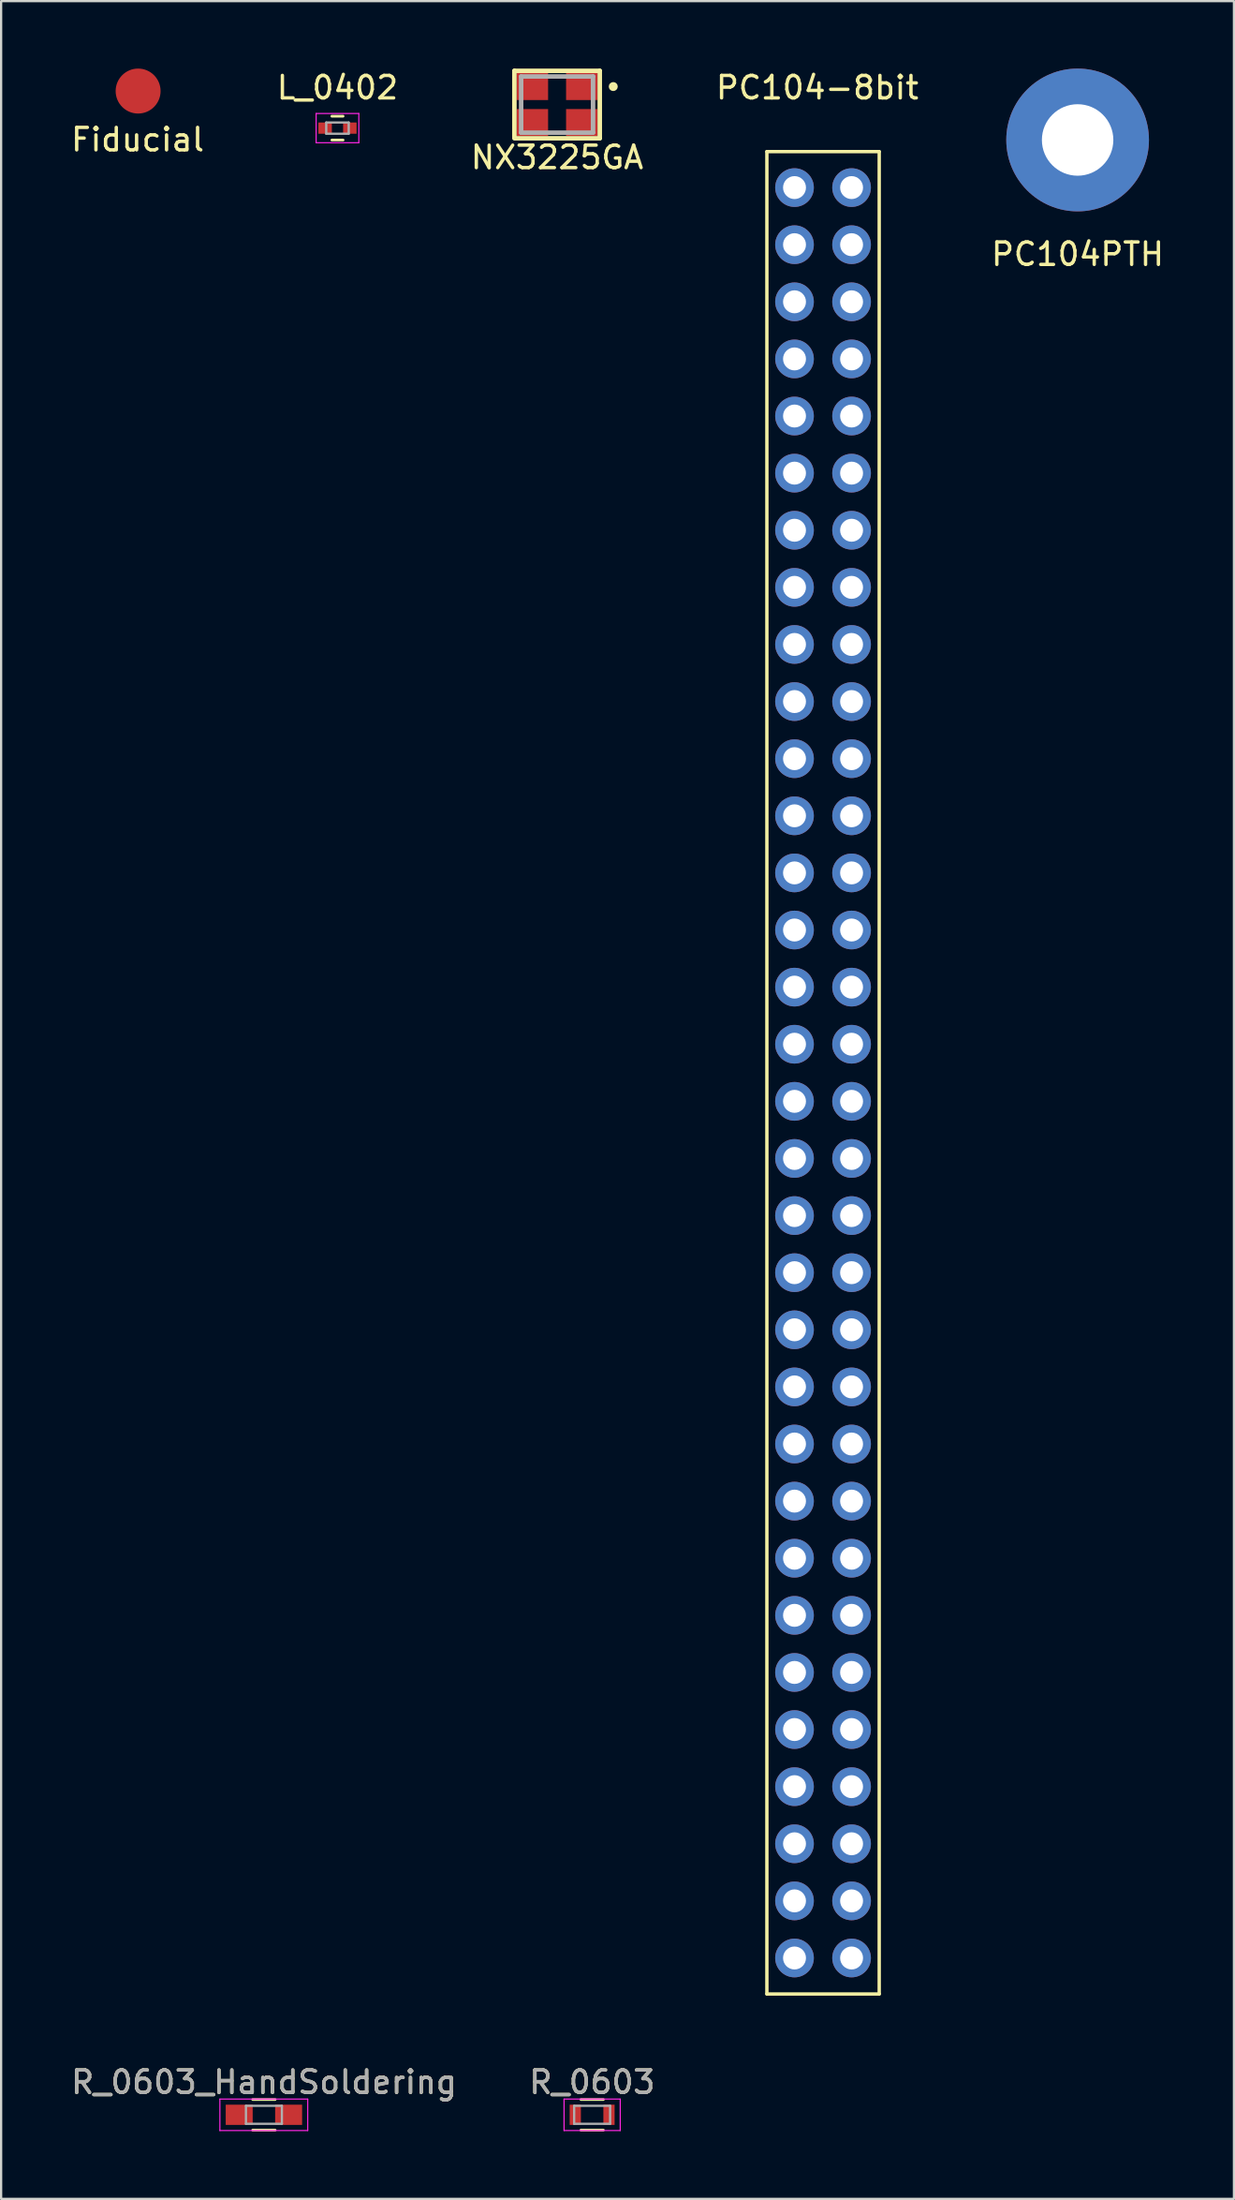
<source format=kicad_pcb>
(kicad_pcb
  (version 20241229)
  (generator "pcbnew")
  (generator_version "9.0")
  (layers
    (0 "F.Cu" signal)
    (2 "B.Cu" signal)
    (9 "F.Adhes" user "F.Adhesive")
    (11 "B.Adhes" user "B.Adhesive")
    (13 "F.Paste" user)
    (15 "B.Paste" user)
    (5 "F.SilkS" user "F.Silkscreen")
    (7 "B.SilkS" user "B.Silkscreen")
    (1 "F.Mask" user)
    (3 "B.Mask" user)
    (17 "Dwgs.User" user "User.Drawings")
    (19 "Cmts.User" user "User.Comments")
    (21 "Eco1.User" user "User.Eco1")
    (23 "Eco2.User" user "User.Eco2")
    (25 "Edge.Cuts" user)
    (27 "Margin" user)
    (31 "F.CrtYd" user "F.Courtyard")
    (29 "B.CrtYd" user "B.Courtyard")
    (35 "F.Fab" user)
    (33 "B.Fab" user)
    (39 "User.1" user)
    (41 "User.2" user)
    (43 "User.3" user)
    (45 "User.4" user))
  (footprint "R_0603_HandSoldering"
    (layer "F.Cu")
    (at 8.696 91.007)
    (property "Reference" "R_0603_HandSoldering" (at 0 -1.45 0) (layer "F.SilkS") (effects (font (size 1 1) (thickness 0.15))))
    (attr smd)
    (fp_line (start -0.5 -0.68) (end 0.5 -0.68) (stroke (width 0.12) (type solid)) (layer "F.SilkS"))
    (fp_line (start 0.5 0.68) (end -0.5 0.68) (stroke (width 0.12) (type solid)) (layer "F.SilkS"))
    (fp_line (start -1.96 -0.7) (end -1.96 0.7) (stroke (width 0.05) (type solid)) (layer "F.CrtYd"))
    (fp_line (start -1.96 -0.7) (end 1.95 -0.7) (stroke (width 0.05) (type solid)) (layer "F.CrtYd"))
    (fp_line (start 1.95 0.7) (end -1.96 0.7) (stroke (width 0.05) (type solid)) (layer "F.CrtYd"))
    (fp_line (start 1.95 0.7) (end 1.95 -0.7) (stroke (width 0.05) (type solid)) (layer "F.CrtYd"))
    (fp_line (start -0.8 -0.4) (end 0.8 -0.4) (stroke (width 0.1) (type solid)) (layer "F.Fab"))
    (fp_line (start -0.8 0.4) (end -0.8 -0.4) (stroke (width 0.1) (type solid)) (layer "F.Fab"))
    (fp_line (start 0.8 -0.4) (end 0.8 0.4) (stroke (width 0.1) (type solid)) (layer "F.Fab"))
    (fp_line (start 0.8 0.4) (end -0.8 0.4) (stroke (width 0.1) (type solid)) (layer "F.Fab"))
    (fp_text user "${REFERENCE}" (at 0 -1.45 0) (layer "F.Fab") (effects (font (size 1 1) (thickness 0.15))))
    (pad "1" smd rect (at -1.1 0) (size 1.2 0.9) (layers "F.Cu" "F.Mask" "F.Paste"))
    (pad "2" smd rect (at 1.1 0) (size 1.2 0.9) (layers "F.Cu" "F.Mask" "F.Paste")))
  (footprint "R_0603"
    (layer "F.Cu")
    (at 23.304 91.007)
    (property "Reference" "R_0603" (at 0 -1.45 0) (layer "F.SilkS") (effects (font (size 1 1) (thickness 0.15))))
    (attr smd)
    (fp_line (start -0.5 -0.68) (end 0.5 -0.68) (stroke (width 0.12) (type solid)) (layer "F.SilkS"))
    (fp_line (start 0.5 0.68) (end -0.5 0.68) (stroke (width 0.12) (type solid)) (layer "F.SilkS"))
    (fp_line (start -1.25 -0.7) (end -1.25 0.7) (stroke (width 0.05) (type solid)) (layer "F.CrtYd"))
    (fp_line (start -1.25 -0.7) (end 1.25 -0.7) (stroke (width 0.05) (type solid)) (layer "F.CrtYd"))
    (fp_line (start 1.25 0.7) (end -1.25 0.7) (stroke (width 0.05) (type solid)) (layer "F.CrtYd"))
    (fp_line (start 1.25 0.7) (end 1.25 -0.7) (stroke (width 0.05) (type solid)) (layer "F.CrtYd"))
    (fp_line (start -0.8 -0.4) (end 0.8 -0.4) (stroke (width 0.1) (type solid)) (layer "F.Fab"))
    (fp_line (start -0.8 0.4) (end -0.8 -0.4) (stroke (width 0.1) (type solid)) (layer "F.Fab"))
    (fp_line (start 0.8 -0.4) (end 0.8 0.4) (stroke (width 0.1) (type solid)) (layer "F.Fab"))
    (fp_line (start 0.8 0.4) (end -0.8 0.4) (stroke (width 0.1) (type solid)) (layer "F.Fab"))
    (fp_text user "${REFERENCE}" (at 0 -1.45 0) (layer "F.Fab") (effects (font (size 1 1) (thickness 0.15))))
    (pad "1" smd rect (at -0.75 0) (size 0.5 0.9) (layers "F.Cu" "F.Mask" "F.Paste"))
    (pad "2" smd rect (at 0.75 0) (size 0.5 0.9) (layers "F.Cu" "F.Mask" "F.Paste")))
  (footprint "PC104PTH"
    (layer "F.Cu")
    (at 44.911 3.175)
    (property "Reference" "PC104PTH" (at 0 5.08 0) (layer "F.SilkS") (effects (font (size 1 1) (thickness 0.15))))
    (attr through_hole)
    (pad "1" thru_hole circle (at 0 0) (size 6.35 6.35) (drill 3.18) (layers "*.Cu" "*.Mask")))
  (footprint "Fiducial"
    (layer "F.Cu")
    (at 3.097 1)
    (property "Reference" "Fiducial" (at -0.02 2.16 0) (layer "F.SilkS") (effects (font (size 1 1) (thickness 0.15))))
    (attr through_hole)
    (pad "1" smd circle (at 0 0) (size 2 2) (layers "F.Cu" "F.Mask" "F.Paste")))
  (footprint "NX3225GA"
    (layer "F.Cu")
    (at 21.744 1.6)
    (property "Reference" "NX3225GA" (at 0 2.35 0) (layer "F.SilkS") (effects (font (size 1 1) (thickness 0.15))))
    (attr through_hole)
    (fp_line (start -1.9 -1.5) (end -1.9 1.45) (stroke (width 0.2) (type solid)) (layer "F.SilkS"))
    (fp_line (start -1.9 1.5) (end 1.9 1.5) (stroke (width 0.2) (type solid)) (layer "F.SilkS"))
    (fp_line (start 1.9 -1.5) (end -1.9 -1.5) (stroke (width 0.2) (type solid)) (layer "F.SilkS"))
    (fp_line (start 1.9 1.5) (end 1.9 -1.5) (stroke (width 0.2) (type solid)) (layer "F.SilkS"))
    (fp_circle (center 2.5 -0.8) (end 2.6 -0.8) (stroke (width 0.2) (type solid)) (fill no) (layer "F.SilkS"))
    (fp_line (start -1.6 -1.25) (end -1.6 1.25) (stroke (width 0.2) (type solid)) (layer "F.Fab"))
    (fp_line (start -1.6 1.25) (end 1.6 1.25) (stroke (width 0.2) (type solid)) (layer "F.Fab"))
    (fp_line (start 1.6 -1.25) (end -1.6 -1.25) (stroke (width 0.2) (type solid)) (layer "F.Fab"))
    (fp_line (start 1.6 1.25) (end 1.6 -1.25) (stroke (width 0.2) (type solid)) (layer "F.Fab"))
    (pad "1" smd rect (at 1.1 -0.8) (size 1.4 1.2) (layers "F.Cu" "F.Mask" "F.Paste"))
    (pad "2" smd rect (at -1.1 -0.8) (size 1.4 1.2) (layers "F.Cu" "F.Mask" "F.Paste"))
    (pad "3" smd rect (at -1.1 0.8) (size 1.4 1.2) (layers "F.Cu" "F.Mask" "F.Paste"))
    (pad "4" smd rect (at 1.1 0.8) (size 1.4 1.2) (layers "F.Cu" "F.Mask" "F.Paste")))
  (footprint "PC104-8bit"
    (layer "F.Cu")
    (at 33.581 44.663)
    (property "Reference" "PC104-8bit" (at -0.254 -43.815 0) (layer "F.SilkS") (effects (font (size 1 1) (thickness 0.15))))
    (attr through_hole)
    (fp_line (start -2.5 -40.97) (end -2.5 40.97) (stroke (width 0.15) (type solid)) (layer "F.SilkS"))
    (fp_line (start -2.5 -40.97) (end 2.5 -40.97) (stroke (width 0.15) (type solid)) (layer "F.SilkS"))
    (fp_line (start -2.5 40.97) (end 2.5 40.97) (stroke (width 0.15) (type solid)) (layer "F.SilkS"))
    (fp_line (start 2.5 -40.97) (end 2.5 40.97) (stroke (width 0.15) (type solid)) (layer "F.SilkS"))
    (pad "1A" thru_hole circle (at 1.27 -39.37) (size 1.72 1.72) (drill 1.02) (layers "*.Cu" "*.Mask"))
    (pad "1B" thru_hole circle (at -1.27 -39.37) (size 1.72 1.72) (drill 1.02) (layers "*.Cu" "*.Mask"))
    (pad "2A" thru_hole circle (at 1.27 -36.83) (size 1.72 1.72) (drill 1.02) (layers "*.Cu" "*.Mask"))
    (pad "2B" thru_hole circle (at -1.27 -36.83) (size 1.72 1.72) (drill 1.02) (layers "*.Cu" "*.Mask"))
    (pad "3A" thru_hole circle (at 1.27 -34.29) (size 1.72 1.72) (drill 1.02) (layers "*.Cu" "*.Mask"))
    (pad "3B" thru_hole circle (at -1.27 -34.29) (size 1.72 1.72) (drill 1.02) (layers "*.Cu" "*.Mask"))
    (pad "4A" thru_hole circle (at 1.27 -31.75) (size 1.72 1.72) (drill 1.02) (layers "*.Cu" "*.Mask"))
    (pad "4B" thru_hole circle (at -1.27 -31.75) (size 1.72 1.72) (drill 1.02) (layers "*.Cu" "*.Mask"))
    (pad "5A" thru_hole circle (at 1.27 -29.21) (size 1.72 1.72) (drill 1.02) (layers "*.Cu" "*.Mask"))
    (pad "5B" thru_hole circle (at -1.27 -29.21) (size 1.72 1.72) (drill 1.02) (layers "*.Cu" "*.Mask"))
    (pad "6A" thru_hole circle (at 1.27 -26.67) (size 1.72 1.72) (drill 1.02) (layers "*.Cu" "*.Mask"))
    (pad "6B" thru_hole circle (at -1.27 -26.67) (size 1.72 1.72) (drill 1.02) (layers "*.Cu" "*.Mask"))
    (pad "7A" thru_hole circle (at 1.27 -24.13) (size 1.72 1.72) (drill 1.02) (layers "*.Cu" "*.Mask"))
    (pad "7B" thru_hole circle (at -1.27 -24.13) (size 1.72 1.72) (drill 1.02) (layers "*.Cu" "*.Mask"))
    (pad "8A" thru_hole circle (at 1.27 -21.59) (size 1.72 1.72) (drill 1.02) (layers "*.Cu" "*.Mask"))
    (pad "8B" thru_hole circle (at -1.27 -21.59) (size 1.72 1.72) (drill 1.02) (layers "*.Cu" "*.Mask"))
    (pad "9A" thru_hole circle (at 1.27 -19.05) (size 1.72 1.72) (drill 1.02) (layers "*.Cu" "*.Mask"))
    (pad "9B" thru_hole circle (at -1.27 -19.05) (size 1.72 1.72) (drill 1.02) (layers "*.Cu" "*.Mask"))
    (pad "10A" thru_hole circle (at 1.27 -16.51) (size 1.72 1.72) (drill 1.02) (layers "*.Cu" "*.Mask"))
    (pad "10B" thru_hole circle (at -1.27 -16.51) (size 1.72 1.72) (drill 1.02) (layers "*.Cu" "*.Mask"))
    (pad "11A" thru_hole circle (at 1.27 -13.97) (size 1.72 1.72) (drill 1.02) (layers "*.Cu" "*.Mask"))
    (pad "11B" thru_hole circle (at -1.27 -13.97) (size 1.72 1.72) (drill 1.02) (layers "*.Cu" "*.Mask"))
    (pad "12A" thru_hole circle (at 1.27 -11.43) (size 1.72 1.72) (drill 1.02) (layers "*.Cu" "*.Mask"))
    (pad "12B" thru_hole circle (at -1.27 -11.43) (size 1.72 1.72) (drill 1.02) (layers "*.Cu" "*.Mask"))
    (pad "13A" thru_hole circle (at 1.27 -8.89) (size 1.72 1.72) (drill 1.02) (layers "*.Cu" "*.Mask"))
    (pad "13B" thru_hole circle (at -1.27 -8.89) (size 1.72 1.72) (drill 1.02) (layers "*.Cu" "*.Mask"))
    (pad "14A" thru_hole circle (at 1.27 -6.35) (size 1.72 1.72) (drill 1.02) (layers "*.Cu" "*.Mask"))
    (pad "14B" thru_hole circle (at -1.27 -6.35) (size 1.72 1.72) (drill 1.02) (layers "*.Cu" "*.Mask"))
    (pad "15A" thru_hole circle (at 1.27 -3.81) (size 1.72 1.72) (drill 1.02) (layers "*.Cu" "*.Mask"))
    (pad "15B" thru_hole circle (at -1.27 -3.81) (size 1.72 1.72) (drill 1.02) (layers "*.Cu" "*.Mask"))
    (pad "16A" thru_hole circle (at 1.27 -1.27) (size 1.72 1.72) (drill 1.02) (layers "*.Cu" "*.Mask"))
    (pad "16B" thru_hole circle (at -1.27 -1.27) (size 1.72 1.72) (drill 1.02) (layers "*.Cu" "*.Mask"))
    (pad "17A" thru_hole circle (at 1.27 1.27) (size 1.72 1.72) (drill 1.02) (layers "*.Cu" "*.Mask"))
    (pad "17B" thru_hole circle (at -1.27 1.27) (size 1.72 1.72) (drill 1.02) (layers "*.Cu" "*.Mask"))
    (pad "18A" thru_hole circle (at 1.27 3.81) (size 1.72 1.72) (drill 1.02) (layers "*.Cu" "*.Mask"))
    (pad "18B" thru_hole circle (at -1.27 3.81) (size 1.72 1.72) (drill 1.02) (layers "*.Cu" "*.Mask"))
    (pad "19A" thru_hole circle (at 1.27 6.35) (size 1.72 1.72) (drill 1.02) (layers "*.Cu" "*.Mask"))
    (pad "19B" thru_hole circle (at -1.27 6.35) (size 1.72 1.72) (drill 1.02) (layers "*.Cu" "*.Mask"))
    (pad "20A" thru_hole circle (at 1.27 8.89) (size 1.72 1.72) (drill 1.02) (layers "*.Cu" "*.Mask"))
    (pad "20B" thru_hole circle (at -1.27 8.89) (size 1.72 1.72) (drill 1.02) (layers "*.Cu" "*.Mask"))
    (pad "21A" thru_hole circle (at 1.27 11.43) (size 1.72 1.72) (drill 1.02) (layers "*.Cu" "*.Mask"))
    (pad "21B" thru_hole circle (at -1.27 11.43) (size 1.72 1.72) (drill 1.02) (layers "*.Cu" "*.Mask"))
    (pad "22A" thru_hole circle (at 1.27 13.97) (size 1.72 1.72) (drill 1.02) (layers "*.Cu" "*.Mask"))
    (pad "22B" thru_hole circle (at -1.27 13.97) (size 1.72 1.72) (drill 1.02) (layers "*.Cu" "*.Mask"))
    (pad "23A" thru_hole circle (at 1.27 16.51) (size 1.72 1.72) (drill 1.02) (layers "*.Cu" "*.Mask"))
    (pad "23B" thru_hole circle (at -1.27 16.51) (size 1.72 1.72) (drill 1.02) (layers "*.Cu" "*.Mask"))
    (pad "24A" thru_hole circle (at 1.27 19.05) (size 1.72 1.72) (drill 1.02) (layers "*.Cu" "*.Mask"))
    (pad "24B" thru_hole circle (at -1.27 19.05) (size 1.72 1.72) (drill 1.02) (layers "*.Cu" "*.Mask"))
    (pad "25A" thru_hole circle (at 1.27 21.59) (size 1.72 1.72) (drill 1.02) (layers "*.Cu" "*.Mask"))
    (pad "25B" thru_hole circle (at -1.27 21.59) (size 1.72 1.72) (drill 1.02) (layers "*.Cu" "*.Mask"))
    (pad "26A" thru_hole circle (at 1.27 24.13) (size 1.72 1.72) (drill 1.02) (layers "*.Cu" "*.Mask"))
    (pad "26B" thru_hole circle (at -1.27 24.13) (size 1.72 1.72) (drill 1.02) (layers "*.Cu" "*.Mask"))
    (pad "27A" thru_hole circle (at 1.27 26.67) (size 1.72 1.72) (drill 1.02) (layers "*.Cu" "*.Mask"))
    (pad "27B" thru_hole circle (at -1.27 26.67) (size 1.72 1.72) (drill 1.02) (layers "*.Cu" "*.Mask"))
    (pad "28A" thru_hole circle (at 1.27 29.21) (size 1.72 1.72) (drill 1.02) (layers "*.Cu" "*.Mask"))
    (pad "28B" thru_hole circle (at -1.27 29.21) (size 1.72 1.72) (drill 1.02) (layers "*.Cu" "*.Mask"))
    (pad "29A" thru_hole circle (at 1.27 31.75) (size 1.72 1.72) (drill 1.02) (layers "*.Cu" "*.Mask"))
    (pad "29B" thru_hole circle (at -1.27 31.75) (size 1.72 1.72) (drill 1.02) (layers "*.Cu" "*.Mask"))
    (pad "30A" thru_hole circle (at 1.27 34.29) (size 1.72 1.72) (drill 1.02) (layers "*.Cu" "*.Mask"))
    (pad "30B" thru_hole circle (at -1.27 34.29) (size 1.72 1.72) (drill 1.02) (layers "*.Cu" "*.Mask"))
    (pad "31A" thru_hole circle (at 1.27 36.83) (size 1.72 1.72) (drill 1.02) (layers "*.Cu" "*.Mask"))
    (pad "31B" thru_hole circle (at -1.27 36.83) (size 1.72 1.72) (drill 1.02) (layers "*.Cu" "*.Mask"))
    (pad "32A" thru_hole circle (at 1.27 39.37) (size 1.72 1.72) (drill 1.02) (layers "*.Cu" "*.Mask"))
    (pad "32B" thru_hole circle (at -1.27 39.37) (size 1.72 1.72) (drill 1.02) (layers "*.Cu" "*.Mask")))
  (footprint "L_0402"
    (layer "F.Cu")
    (at 11.97 2.648)
    (property "Reference" "L_0402" (at 0 -1.8 0) (layer "F.SilkS") (effects (font (size 1 1) (thickness 0.15))))
    (attr smd)
    (fp_line (start -0.25 0.53) (end 0.25 0.53) (stroke (width 0.12) (type solid)) (layer "F.SilkS"))
    (fp_line (start 0.25 -0.53) (end -0.25 -0.53) (stroke (width 0.12) (type solid)) (layer "F.SilkS"))
    (fp_line (start -0.95 -0.65) (end -0.95 0.65) (stroke (width 0.05) (type solid)) (layer "F.CrtYd"))
    (fp_line (start -0.95 -0.65) (end 0.95 -0.65) (stroke (width 0.05) (type solid)) (layer "F.CrtYd"))
    (fp_line (start -0.95 0.65) (end 0.95 0.65) (stroke (width 0.05) (type solid)) (layer "F.CrtYd"))
    (fp_line (start 0.95 -0.65) (end 0.95 0.65) (stroke (width 0.05) (type solid)) (layer "F.CrtYd"))
    (fp_line (start -0.5 -0.25) (end 0.5 -0.25) (stroke (width 0.1) (type solid)) (layer "F.Fab"))
    (fp_line (start -0.5 0.25) (end -0.5 -0.25) (stroke (width 0.1) (type solid)) (layer "F.Fab"))
    (fp_line (start 0.5 -0.25) (end 0.5 0.25) (stroke (width 0.1) (type solid)) (layer "F.Fab"))
    (fp_line (start 0.5 0.25) (end -0.5 0.25) (stroke (width 0.1) (type solid)) (layer "F.Fab"))
    (pad "1" smd rect (at -0.55 0) (size 0.6 0.5) (layers "F.Cu" "F.Mask" "F.Paste"))
    (pad "2" smd rect (at 0.55 0) (size 0.6 0.5) (layers "F.Cu" "F.Mask" "F.Paste")))
  (gr_rect
    (start -3 -3)
    (end 51.869 94.746)
    (stroke (width 0.1) (type default))
    (fill no)
    (layer "Edge.Cuts")))
</source>
